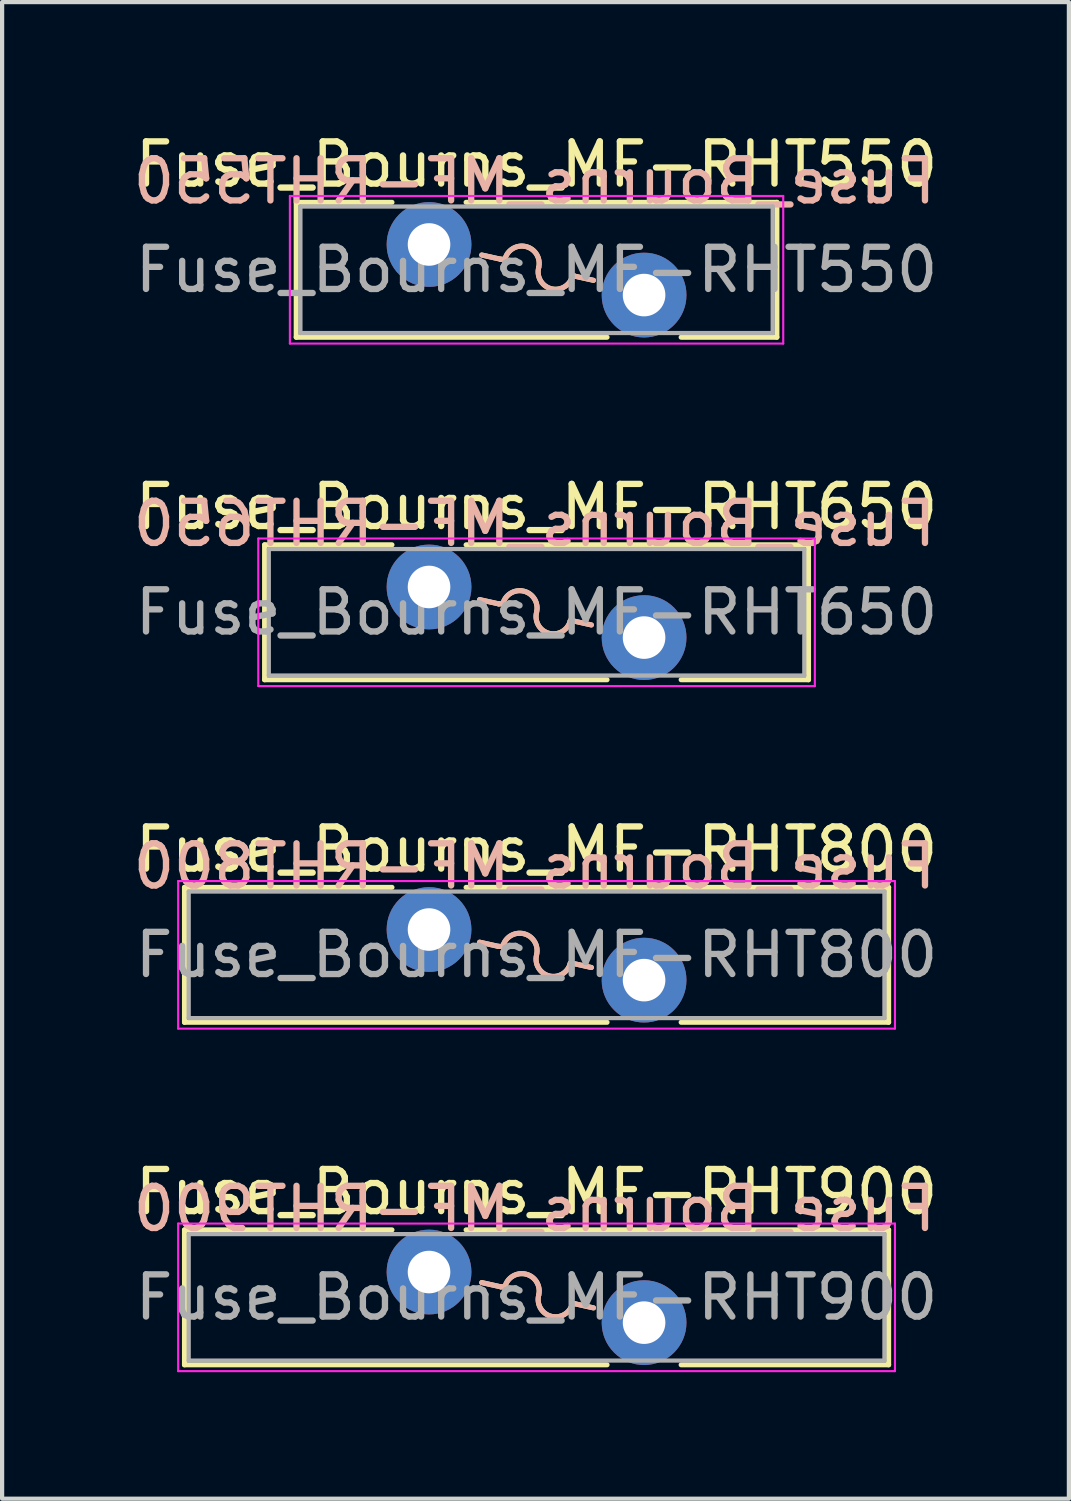
<source format=kicad_pcb>
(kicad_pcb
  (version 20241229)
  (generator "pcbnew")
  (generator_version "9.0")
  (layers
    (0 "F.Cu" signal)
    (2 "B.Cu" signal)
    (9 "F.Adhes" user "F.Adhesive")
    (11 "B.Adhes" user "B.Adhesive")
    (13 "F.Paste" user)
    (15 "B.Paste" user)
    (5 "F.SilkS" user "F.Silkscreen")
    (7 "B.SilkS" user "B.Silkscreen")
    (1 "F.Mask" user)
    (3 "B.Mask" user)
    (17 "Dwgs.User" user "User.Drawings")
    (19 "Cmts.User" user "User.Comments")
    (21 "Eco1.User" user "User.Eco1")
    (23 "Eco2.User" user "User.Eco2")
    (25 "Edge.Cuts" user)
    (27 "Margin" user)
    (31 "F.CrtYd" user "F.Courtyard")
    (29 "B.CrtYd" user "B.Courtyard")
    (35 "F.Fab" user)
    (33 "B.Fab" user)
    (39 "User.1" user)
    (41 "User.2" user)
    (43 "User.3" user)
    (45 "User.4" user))
  (footprint "Fuse_Bourns_MF-RHT550"
    (layer "F.Cu")
    (at 7.125 2.748)
    (property "Reference" "Fuse_Bourns_MF-RHT550" (at 2.55 -1.9 0) (layer "F.SilkS") (effects (font (size 1 1) (thickness 0.15))))
    (fp_line (start -3.15 -1) (end -3.15 2.2) (stroke (width 0.12) (type solid)) (layer "F.SilkS"))
    (fp_line (start -3.15 -1) (end -0.879 -1) (stroke (width 0.12) (type solid)) (layer "F.SilkS"))
    (fp_line (start -3.15 2.2) (end 4.222 2.2) (stroke (width 0.12) (type solid)) (layer "F.SilkS"))
    (fp_line (start 0.879 -1) (end 8.25 -1) (stroke (width 0.12) (type solid)) (layer "F.SilkS"))
    (fp_line (start 1.25 0.25) (end 1.7 0.35) (stroke (width 0.12) (type solid)) (layer "F.SilkS"))
    (fp_line (start 1.8 0.35) (end 1.7 0.35) (stroke (width 0.12) (type solid)) (layer "F.SilkS"))
    (fp_line (start 3.4 0.75) (end 3.45 0.75) (stroke (width 0.12) (type solid)) (layer "F.SilkS"))
    (fp_line (start 3.45 0.75) (end 3.9 0.85) (stroke (width 0.12) (type solid)) (layer "F.SilkS"))
    (fp_line (start 5.979 2.2) (end 8.25 2.2) (stroke (width 0.12) (type solid)) (layer "F.SilkS"))
    (fp_line (start 8.25 -1) (end 8.25 2.2) (stroke (width 0.12) (type solid)) (layer "F.SilkS"))
    (fp_arc (start 1.800001 0.350001) (mid 2.299999 0.050001) (end 2.599999 0.549999) (stroke (width 0.12) (type solid)) (layer "F.SilkS"))
    (fp_arc (start 3.399999 0.749999) (mid 2.900001 1.049999) (end 2.600001 0.550001) (stroke (width 0.12) (type solid)) (layer "F.SilkS"))
    (fp_line (start 1.25 0.25) (end 1.7 0.35) (stroke (width 0.12) (type solid)) (layer "B.SilkS"))
    (fp_line (start 1.8 0.35) (end 1.7 0.35) (stroke (width 0.12) (type solid)) (layer "B.SilkS"))
    (fp_line (start 3.4 0.75) (end 3.45 0.75) (stroke (width 0.12) (type solid)) (layer "B.SilkS"))
    (fp_line (start 3.45 0.75) (end 3.9 0.85) (stroke (width 0.12) (type solid)) (layer "B.SilkS"))
    (fp_arc (start 1.800001 0.350001) (mid 2.299999 0.050001) (end 2.599999 0.549999) (stroke (width 0.12) (type solid)) (layer "B.SilkS"))
    (fp_arc (start 3.399999 0.749999) (mid 2.900001 1.049999) (end 2.600001 0.550001) (stroke (width 0.12) (type solid)) (layer "B.SilkS"))
    (fp_line (start -3.3 -1.15) (end -3.3 2.35) (stroke (width 0.05) (type solid)) (layer "F.CrtYd"))
    (fp_line (start -3.3 2.35) (end 8.4 2.35) (stroke (width 0.05) (type solid)) (layer "F.CrtYd"))
    (fp_line (start 8.4 -1.15) (end -3.3 -1.15) (stroke (width 0.05) (type solid)) (layer "F.CrtYd"))
    (fp_line (start 8.4 2.35) (end 8.4 -1.15) (stroke (width 0.05) (type solid)) (layer "F.CrtYd"))
    (fp_line (start -3.05 -0.9) (end -3.05 2.1) (stroke (width 0.1) (type solid)) (layer "F.Fab"))
    (fp_line (start -3.05 2.1) (end 8.15 2.1) (stroke (width 0.1) (type solid)) (layer "F.Fab"))
    (fp_line (start 8.15 -0.9) (end -3.05 -0.9) (stroke (width 0.1) (type solid)) (layer "F.Fab"))
    (fp_line (start 8.15 2.1) (end 8.15 -0.9) (stroke (width 0.1) (type solid)) (layer "F.Fab"))
    (fp_text user "${REFERENCE}" (at 2.5 -1.5 0) (layer "B.SilkS") (effects (font (size 1 1) (thickness 0.15)) (justify mirror)))
    (fp_text user "${REFERENCE}" (at 2.55 0.6 0) (layer "F.Fab") (effects (font (size 1 1) (thickness 0.15))))
    (pad "1" thru_hole circle (at 0 0) (size 2.01 2.01) (drill 1.01) (layers "*.Cu" "*.Mask"))
    (pad "2" thru_hole circle (at 5.1 1.2) (size 2.01 2.01) (drill 1.01) (layers "*.Cu" "*.Mask")))
  (footprint "Fuse_Bourns_MF-RHT900"
    (layer "F.Cu")
    (at 7.125 27.118)
    (property "Reference" "Fuse_Bourns_MF-RHT900" (at 2.55 -1.9 0) (layer "F.SilkS") (effects (font (size 1 1) (thickness 0.15))))
    (fp_line (start -5.8 -1) (end -5.8 2.2) (stroke (width 0.12) (type solid)) (layer "F.SilkS"))
    (fp_line (start -5.8 -1) (end -0.879 -1) (stroke (width 0.12) (type solid)) (layer "F.SilkS"))
    (fp_line (start -5.8 2.2) (end 4.222 2.2) (stroke (width 0.12) (type solid)) (layer "F.SilkS"))
    (fp_line (start 0.879 -1) (end 10.9 -1) (stroke (width 0.12) (type solid)) (layer "F.SilkS"))
    (fp_line (start 1.25 0.25) (end 1.7 0.35) (stroke (width 0.12) (type solid)) (layer "F.SilkS"))
    (fp_line (start 1.8 0.35) (end 1.7 0.35) (stroke (width 0.12) (type solid)) (layer "F.SilkS"))
    (fp_line (start 3.4 0.75) (end 3.45 0.75) (stroke (width 0.12) (type solid)) (layer "F.SilkS"))
    (fp_line (start 3.45 0.75) (end 3.9 0.85) (stroke (width 0.12) (type solid)) (layer "F.SilkS"))
    (fp_line (start 5.979 2.2) (end 10.9 2.2) (stroke (width 0.12) (type solid)) (layer "F.SilkS"))
    (fp_line (start 10.9 -1) (end 10.9 2.2) (stroke (width 0.12) (type solid)) (layer "F.SilkS"))
    (fp_arc (start 1.800001 0.350001) (mid 2.299999 0.050001) (end 2.599999 0.549999) (stroke (width 0.12) (type solid)) (layer "F.SilkS"))
    (fp_arc (start 3.399999 0.749999) (mid 2.900001 1.049999) (end 2.600001 0.550001) (stroke (width 0.12) (type solid)) (layer "F.SilkS"))
    (fp_line (start 1.25 0.25) (end 1.7 0.35) (stroke (width 0.12) (type solid)) (layer "B.SilkS"))
    (fp_line (start 1.8 0.35) (end 1.7 0.35) (stroke (width 0.12) (type solid)) (layer "B.SilkS"))
    (fp_line (start 3.4 0.75) (end 3.45 0.75) (stroke (width 0.12) (type solid)) (layer "B.SilkS"))
    (fp_line (start 3.45 0.75) (end 3.9 0.85) (stroke (width 0.12) (type solid)) (layer "B.SilkS"))
    (fp_arc (start 1.800001 0.350001) (mid 2.299999 0.050001) (end 2.599999 0.549999) (stroke (width 0.12) (type solid)) (layer "B.SilkS"))
    (fp_arc (start 3.399999 0.749999) (mid 2.900001 1.049999) (end 2.600001 0.550001) (stroke (width 0.12) (type solid)) (layer "B.SilkS"))
    (fp_line (start -5.95 -1.15) (end -5.95 2.35) (stroke (width 0.05) (type solid)) (layer "F.CrtYd"))
    (fp_line (start -5.95 2.35) (end 11.05 2.35) (stroke (width 0.05) (type solid)) (layer "F.CrtYd"))
    (fp_line (start 11.05 -1.15) (end -5.95 -1.15) (stroke (width 0.05) (type solid)) (layer "F.CrtYd"))
    (fp_line (start 11.05 2.35) (end 11.05 -1.15) (stroke (width 0.05) (type solid)) (layer "F.CrtYd"))
    (fp_line (start -5.7 -0.9) (end -5.7 2.1) (stroke (width 0.1) (type solid)) (layer "F.Fab"))
    (fp_line (start -5.7 2.1) (end 10.8 2.1) (stroke (width 0.1) (type solid)) (layer "F.Fab"))
    (fp_line (start 10.8 -0.9) (end -5.7 -0.9) (stroke (width 0.1) (type solid)) (layer "F.Fab"))
    (fp_line (start 10.8 2.1) (end 10.8 -0.9) (stroke (width 0.1) (type solid)) (layer "F.Fab"))
    (fp_text user "${REFERENCE}" (at 2.5 -1.5 0) (layer "B.SilkS") (effects (font (size 1 1) (thickness 0.15)) (justify mirror)))
    (fp_text user "${REFERENCE}" (at 2.55 0.6 0) (layer "F.Fab") (effects (font (size 1 1) (thickness 0.15))))
    (pad "1" thru_hole circle (at 0 0) (size 2.01 2.01) (drill 1.01) (layers "*.Cu" "*.Mask"))
    (pad "2" thru_hole circle (at 5.1 1.2) (size 2.01 2.01) (drill 1.01) (layers "*.Cu" "*.Mask")))
  (footprint "Fuse_Bourns_MF-RHT800"
    (layer "F.Cu")
    (at 7.125 18.995)
    (property "Reference" "Fuse_Bourns_MF-RHT800" (at 2.55 -1.9 0) (layer "F.SilkS") (effects (font (size 1 1) (thickness 0.15))))
    (fp_line (start -5.8 -1) (end -5.8 2.2) (stroke (width 0.12) (type solid)) (layer "F.SilkS"))
    (fp_line (start -5.8 -1) (end -0.879 -1) (stroke (width 0.12) (type solid)) (layer "F.SilkS"))
    (fp_line (start -5.8 2.2) (end 4.222 2.2) (stroke (width 0.12) (type solid)) (layer "F.SilkS"))
    (fp_line (start 0.879 -1) (end 10.9 -1) (stroke (width 0.12) (type solid)) (layer "F.SilkS"))
    (fp_line (start 1.2 0.3) (end 1.65 0.4) (stroke (width 0.12) (type solid)) (layer "F.SilkS"))
    (fp_line (start 1.75 0.4) (end 1.65 0.4) (stroke (width 0.12) (type solid)) (layer "F.SilkS"))
    (fp_line (start 3.35 0.8) (end 3.4 0.8) (stroke (width 0.12) (type solid)) (layer "F.SilkS"))
    (fp_line (start 3.4 0.8) (end 3.85 0.9) (stroke (width 0.12) (type solid)) (layer "F.SilkS"))
    (fp_line (start 5.979 2.2) (end 10.9 2.2) (stroke (width 0.12) (type solid)) (layer "F.SilkS"))
    (fp_line (start 10.9 -1) (end 10.9 2.2) (stroke (width 0.12) (type solid)) (layer "F.SilkS"))
    (fp_arc (start 1.750001 0.400001) (mid 2.249999 0.100001) (end 2.549999 0.599999) (stroke (width 0.12) (type solid)) (layer "F.SilkS"))
    (fp_arc (start 3.349999 0.799999) (mid 2.850001 1.099999) (end 2.550001 0.600001) (stroke (width 0.12) (type solid)) (layer "F.SilkS"))
    (fp_line (start 1.2 0.3) (end 1.65 0.4) (stroke (width 0.12) (type solid)) (layer "B.SilkS"))
    (fp_line (start 1.75 0.4) (end 1.65 0.4) (stroke (width 0.12) (type solid)) (layer "B.SilkS"))
    (fp_line (start 3.35 0.8) (end 3.4 0.8) (stroke (width 0.12) (type solid)) (layer "B.SilkS"))
    (fp_line (start 3.4 0.8) (end 3.85 0.9) (stroke (width 0.12) (type solid)) (layer "B.SilkS"))
    (fp_arc (start 1.750001 0.400001) (mid 2.249999 0.100001) (end 2.549999 0.599999) (stroke (width 0.12) (type solid)) (layer "B.SilkS"))
    (fp_arc (start 3.349999 0.799999) (mid 2.850001 1.099999) (end 2.550001 0.600001) (stroke (width 0.12) (type solid)) (layer "B.SilkS"))
    (fp_line (start -5.95 -1.15) (end -5.95 2.35) (stroke (width 0.05) (type solid)) (layer "F.CrtYd"))
    (fp_line (start -5.95 2.35) (end 11.05 2.35) (stroke (width 0.05) (type solid)) (layer "F.CrtYd"))
    (fp_line (start 11.05 -1.15) (end -5.95 -1.15) (stroke (width 0.05) (type solid)) (layer "F.CrtYd"))
    (fp_line (start 11.05 2.35) (end 11.05 -1.15) (stroke (width 0.05) (type solid)) (layer "F.CrtYd"))
    (fp_line (start -5.7 -0.9) (end -5.7 2.1) (stroke (width 0.1) (type solid)) (layer "F.Fab"))
    (fp_line (start -5.7 2.1) (end 10.8 2.1) (stroke (width 0.1) (type solid)) (layer "F.Fab"))
    (fp_line (start 10.8 -0.9) (end -5.7 -0.9) (stroke (width 0.1) (type solid)) (layer "F.Fab"))
    (fp_line (start 10.8 2.1) (end 10.8 -0.9) (stroke (width 0.1) (type solid)) (layer "F.Fab"))
    (fp_text user "${REFERENCE}" (at 2.5 -1.5 0) (layer "B.SilkS") (effects (font (size 1 1) (thickness 0.15)) (justify mirror)))
    (fp_text user "${REFERENCE}" (at 2.55 0.6 0) (layer "F.Fab") (effects (font (size 1 1) (thickness 0.15))))
    (pad "1" thru_hole circle (at 0 0) (size 2.01 2.01) (drill 1.01) (layers "*.Cu" "*.Mask"))
    (pad "2" thru_hole circle (at 5.1 1.2) (size 2.01 2.01) (drill 1.01) (layers "*.Cu" "*.Mask")))
  (footprint "Fuse_Bourns_MF-RHT650"
    (layer "F.Cu")
    (at 7.125 10.871)
    (property "Reference" "Fuse_Bourns_MF-RHT650" (at 2.55 -1.9 0) (layer "F.SilkS") (effects (font (size 1 1) (thickness 0.15))))
    (fp_line (start -3.9 -1) (end -3.9 2.2) (stroke (width 0.12) (type solid)) (layer "F.SilkS"))
    (fp_line (start -3.9 -1) (end -0.879 -1) (stroke (width 0.12) (type solid)) (layer "F.SilkS"))
    (fp_line (start -3.9 2.2) (end 4.222 2.2) (stroke (width 0.12) (type solid)) (layer "F.SilkS"))
    (fp_line (start 0.879 -1) (end 9 -1) (stroke (width 0.12) (type solid)) (layer "F.SilkS"))
    (fp_line (start 1.2 0.3) (end 1.65 0.4) (stroke (width 0.12) (type solid)) (layer "F.SilkS"))
    (fp_line (start 1.75 0.4) (end 1.65 0.4) (stroke (width 0.12) (type solid)) (layer "F.SilkS"))
    (fp_line (start 3.35 0.8) (end 3.4 0.8) (stroke (width 0.12) (type solid)) (layer "F.SilkS"))
    (fp_line (start 3.4 0.8) (end 3.85 0.9) (stroke (width 0.12) (type solid)) (layer "F.SilkS"))
    (fp_line (start 5.979 2.2) (end 9 2.2) (stroke (width 0.12) (type solid)) (layer "F.SilkS"))
    (fp_line (start 9 -1) (end 9 2.2) (stroke (width 0.12) (type solid)) (layer "F.SilkS"))
    (fp_arc (start 1.750001 0.400001) (mid 2.249999 0.100001) (end 2.549999 0.599999) (stroke (width 0.12) (type solid)) (layer "F.SilkS"))
    (fp_arc (start 3.349999 0.799999) (mid 2.850001 1.099999) (end 2.550001 0.600001) (stroke (width 0.12) (type solid)) (layer "F.SilkS"))
    (fp_line (start 1.2 0.3) (end 1.65 0.4) (stroke (width 0.12) (type solid)) (layer "B.SilkS"))
    (fp_line (start 1.75 0.4) (end 1.65 0.4) (stroke (width 0.12) (type solid)) (layer "B.SilkS"))
    (fp_line (start 3.35 0.8) (end 3.4 0.8) (stroke (width 0.12) (type solid)) (layer "B.SilkS"))
    (fp_line (start 3.4 0.8) (end 3.85 0.9) (stroke (width 0.12) (type solid)) (layer "B.SilkS"))
    (fp_arc (start 1.750001 0.400001) (mid 2.249999 0.100001) (end 2.549999 0.599999) (stroke (width 0.12) (type solid)) (layer "B.SilkS"))
    (fp_arc (start 3.349999 0.799999) (mid 2.850001 1.099999) (end 2.550001 0.600001) (stroke (width 0.12) (type solid)) (layer "B.SilkS"))
    (fp_line (start -4.05 -1.15) (end -4.05 2.35) (stroke (width 0.05) (type solid)) (layer "F.CrtYd"))
    (fp_line (start -4.05 2.35) (end 9.15 2.35) (stroke (width 0.05) (type solid)) (layer "F.CrtYd"))
    (fp_line (start 9.15 -1.15) (end -4.05 -1.15) (stroke (width 0.05) (type solid)) (layer "F.CrtYd"))
    (fp_line (start 9.15 2.35) (end 9.15 -1.15) (stroke (width 0.05) (type solid)) (layer "F.CrtYd"))
    (fp_line (start -3.8 -0.9) (end -3.8 2.1) (stroke (width 0.1) (type solid)) (layer "F.Fab"))
    (fp_line (start -3.8 2.1) (end 8.9 2.1) (stroke (width 0.1) (type solid)) (layer "F.Fab"))
    (fp_line (start 8.9 -0.9) (end -3.8 -0.9) (stroke (width 0.1) (type solid)) (layer "F.Fab"))
    (fp_line (start 8.9 2.1) (end 8.9 -0.9) (stroke (width 0.1) (type solid)) (layer "F.Fab"))
    (fp_text user "${REFERENCE}" (at 2.5 -1.5 0) (layer "B.SilkS") (effects (font (size 1 1) (thickness 0.15)) (justify mirror)))
    (fp_text user "${REFERENCE}" (at 2.55 0.6 0) (layer "F.Fab") (effects (font (size 1 1) (thickness 0.15))))
    (pad "1" thru_hole circle (at 0 0) (size 2.01 2.01) (drill 1.01) (layers "*.Cu" "*.Mask"))
    (pad "2" thru_hole circle (at 5.1 1.2) (size 2.01 2.01) (drill 1.01) (layers "*.Cu" "*.Mask")))
  (gr_rect
    (start -3 -3)
    (end 22.3 32.493)
    (stroke (width 0.1) (type default))
    (fill no)
    (layer "Edge.Cuts")))
</source>
